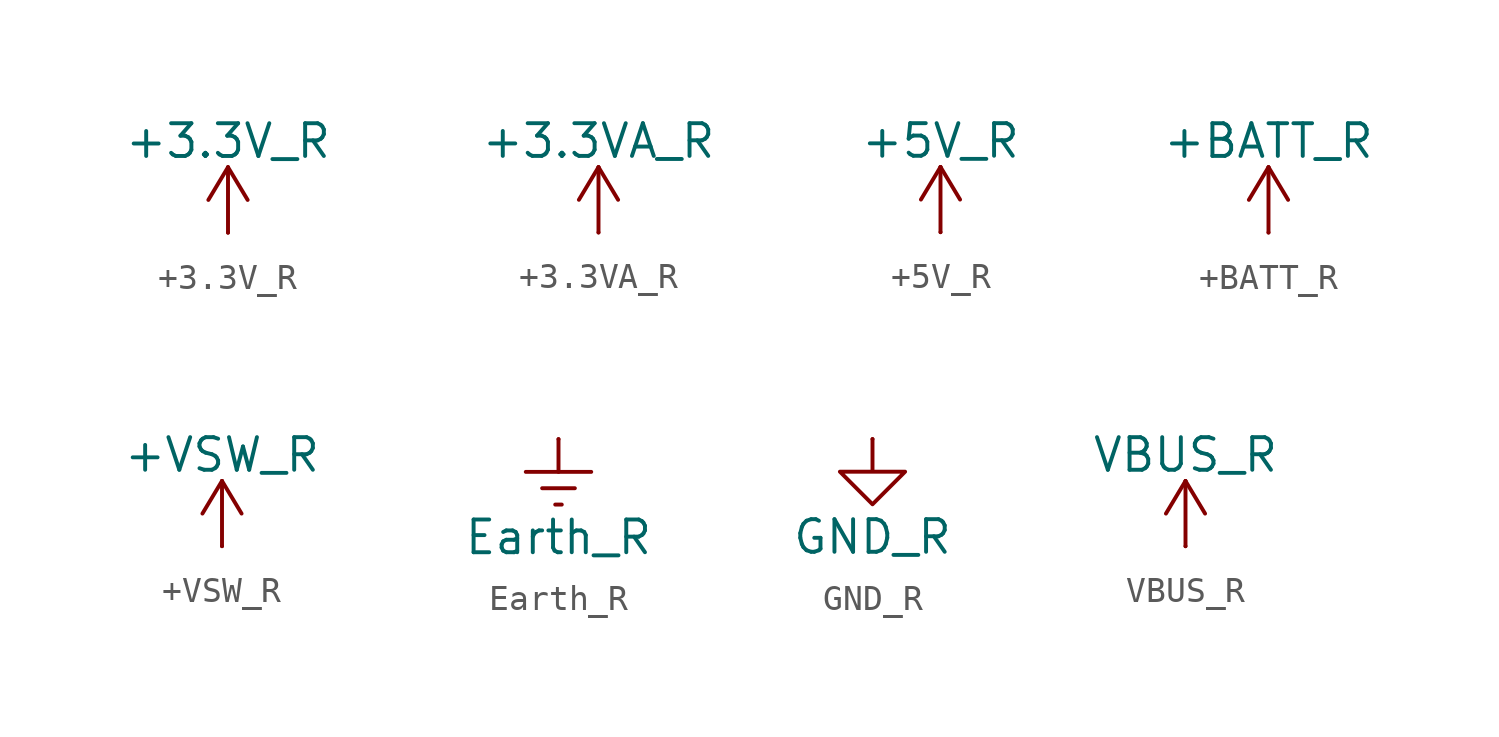
<source format=kicad_sym>
(kicad_symbol_lib
  (version 20241209)
  (generator "kicad_symbol_editor")
  (generator_version "9.0")
  (symbol "+3.3V_R"
    (power)
    (pin_numbers
      (hide yes))
    (pin_names
      (offset 0)
      (hide yes))
    (property "Reference" "#PWR"
      (at 0 -3.81 0)
      (effects (font (size 1.27 1.27)) (hide yes)))
    (property "Value" "+3.3V_R"
      (at 0 3.556 0)
      (effects (font (size 1.27 1.27))))
    (symbol "+3.3V_R_0_1"
      (polyline (pts (xy -0.762 1.27) (xy 0 2.54)) (stroke (width 0) (type default)) (fill (type none)))
      (polyline (pts (xy 0 2.54) (xy 0.762 1.27)) (stroke (width 0) (type default)) (fill (type none)))
      (polyline (pts (xy 0 0) (xy 0 2.54)) (stroke (width 0) (type default)) (fill (type none))))
    (symbol "+3.3V_R_1_1"
      (pin power_in line (at 0 0 90) (length 0) (name "~" (effects (font (size 1.27 1.27)))) (number "1" (effects (font (size 1.27 1.27)))))))
  (symbol "+3.3VA_R"
    (power)
    (pin_numbers
      (hide yes))
    (pin_names
      (offset 0)
      (hide yes))
    (property "Reference" "#PWR"
      (at 0 -3.81 0)
      (effects (font (size 1.27 1.27)) (hide yes)))
    (property "Value" "+3.3VA_R"
      (at 0 3.556 0)
      (effects (font (size 1.27 1.27))))
    (symbol "+3.3VA_R_0_1"
      (polyline (pts (xy -0.762 1.27) (xy 0 2.54)) (stroke (width 0) (type default)) (fill (type none)))
      (polyline (pts (xy 0 2.54) (xy 0.762 1.27)) (stroke (width 0) (type default)) (fill (type none)))
      (polyline (pts (xy 0 0) (xy 0 2.54)) (stroke (width 0) (type default)) (fill (type none))))
    (symbol "+3.3VA_R_1_1"
      (pin power_in line (at 0 0 90) (length 0) (name "~" (effects (font (size 1.27 1.27)))) (number "1" (effects (font (size 1.27 1.27)))))))
  (symbol "+5V_R"
    (power)
    (pin_numbers
      (hide yes))
    (pin_names
      (offset 0)
      (hide yes))
    (property "Reference" "#PWR"
      (at 0 -3.81 0)
      (effects (font (size 1.27 1.27)) (hide yes)))
    (property "Value" "+5V_R"
      (at 0 3.556 0)
      (effects (font (size 1.27 1.27))))
    (symbol "+5V_R_0_1"
      (polyline (pts (xy -0.762 1.27) (xy 0 2.54)) (stroke (width 0) (type default)) (fill (type none)))
      (polyline (pts (xy 0 2.54) (xy 0.762 1.27)) (stroke (width 0) (type default)) (fill (type none)))
      (polyline (pts (xy 0 0) (xy 0 2.54)) (stroke (width 0) (type default)) (fill (type none))))
    (symbol "+5V_R_1_1"
      (pin power_in line (at 0 0 90) (length 0) (name "~" (effects (font (size 1.27 1.27)))) (number "1" (effects (font (size 1.27 1.27)))))))
  (symbol "+BATT_R"
    (power)
    (pin_numbers
      (hide yes))
    (pin_names
      (offset 0)
      (hide yes))
    (property "Reference" "#PWR"
      (at 0 -3.81 0)
      (effects (font (size 1.27 1.27)) (hide yes)))
    (property "Value" "+BATT_R"
      (at 0 3.556 0)
      (effects (font (size 1.27 1.27))))
    (symbol "+BATT_R_0_1"
      (polyline (pts (xy -0.762 1.27) (xy 0 2.54)) (stroke (width 0) (type default)) (fill (type none)))
      (polyline (pts (xy 0 2.54) (xy 0.762 1.27)) (stroke (width 0) (type default)) (fill (type none)))
      (polyline (pts (xy 0 0) (xy 0 2.54)) (stroke (width 0) (type default)) (fill (type none))))
    (symbol "+BATT_R_1_1"
      (pin power_in line (at 0 0 90) (length 0) (name "~" (effects (font (size 1.27 1.27)))) (number "1" (effects (font (size 1.27 1.27)))))))
  (symbol "+VSW_R"
    (power)
    (pin_numbers
      (hide yes))
    (pin_names
      (offset 0)
      (hide yes))
    (property "Reference" "#PWR"
      (at 0 -3.81 0)
      (effects (font (size 1.27 1.27)) (hide yes)))
    (property "Value" "+VSW_R"
      (at 0 3.556 0)
      (effects (font (size 1.27 1.27))))
    (symbol "+VSW_R_0_1"
      (polyline (pts (xy -0.762 1.27) (xy 0 2.54)) (stroke (width 0) (type default)) (fill (type none)))
      (polyline (pts (xy 0 2.54) (xy 0.762 1.27)) (stroke (width 0) (type default)) (fill (type none)))
      (polyline (pts (xy 0 0) (xy 0 2.54)) (stroke (width 0) (type default)) (fill (type none))))
    (symbol "+VSW_R_1_1"
      (pin power_in line (at 0 0 90) (length 0) (name "~" (effects (font (size 1.27 1.27)))) (number "1" (effects (font (size 1.27 1.27)))))))
  (symbol "Earth_R"
    (power)
    (pin_numbers
      (hide yes))
    (pin_names
      (offset 0)
      (hide yes))
    (property "Reference" "#PWR"
      (at 0 -6.35 0)
      (effects (font (size 1.27 1.27)) (hide yes)))
    (property "Value" "Earth_R"
      (at 0 -3.81 0)
      (effects (font (size 1.27 1.27))))
    (symbol "Earth_R_0_1"
      (polyline (pts (xy -0.635 -1.905) (xy 0.635 -1.905)) (stroke (width 0) (type default)) (fill (type none)))
      (polyline (pts (xy -0.127 -2.54) (xy 0.127 -2.54)) (stroke (width 0) (type default)) (fill (type none)))
      (polyline (pts (xy 0 -1.27) (xy 0 0)) (stroke (width 0) (type default)) (fill (type none)))
      (polyline (pts (xy 1.27 -1.27) (xy -1.27 -1.27)) (stroke (width 0) (type default)) (fill (type none))))
    (symbol "Earth_R_1_1"
      (pin power_in line (at 0 0 270) (length 0) (name "~" (effects (font (size 1.27 1.27)))) (number "1" (effects (font (size 1.27 1.27)))))))
  (symbol "GND_R"
    (power)
    (pin_numbers
      (hide yes))
    (pin_names
      (offset 0)
      (hide yes))
    (property "Reference" "#PWR"
      (at 0 -6.35 0)
      (effects (font (size 1.27 1.27)) (hide yes)))
    (property "Value" "GND_R"
      (at 0 -3.81 0)
      (effects (font (size 1.27 1.27))))
    (symbol "GND_R_0_1"
      (polyline (pts (xy 0 0) (xy 0 -1.27) (xy 1.27 -1.27) (xy 0 -2.54) (xy -1.27 -1.27) (xy 0 -1.27)) (stroke (width 0) (type default)) (fill (type none))))
    (symbol "GND_R_1_1"
      (pin power_in line (at 0 0 270) (length 0) (name "~" (effects (font (size 1.27 1.27)))) (number "1" (effects (font (size 1.27 1.27)))))))
  (symbol "VBUS_R"
    (power)
    (pin_numbers
      (hide yes))
    (pin_names
      (offset 0)
      (hide yes))
    (property "Reference" "#PWR"
      (at 0 -3.81 0)
      (effects (font (size 1.27 1.27)) (hide yes)))
    (property "Value" "VBUS_R"
      (at 0 3.556 0)
      (effects (font (size 1.27 1.27))))
    (symbol "VBUS_R_0_1"
      (polyline (pts (xy -0.762 1.27) (xy 0 2.54)) (stroke (width 0) (type default)) (fill (type none)))
      (polyline (pts (xy 0 2.54) (xy 0.762 1.27)) (stroke (width 0) (type default)) (fill (type none)))
      (polyline (pts (xy 0 0) (xy 0 2.54)) (stroke (width 0) (type default)) (fill (type none))))
    (symbol "VBUS_R_1_1"
      (pin power_in line (at 0 0 90) (length 0) (name "~" (effects (font (size 1.27 1.27)))) (number "1" (effects (font (size 1.27 1.27))))))))
</source>
